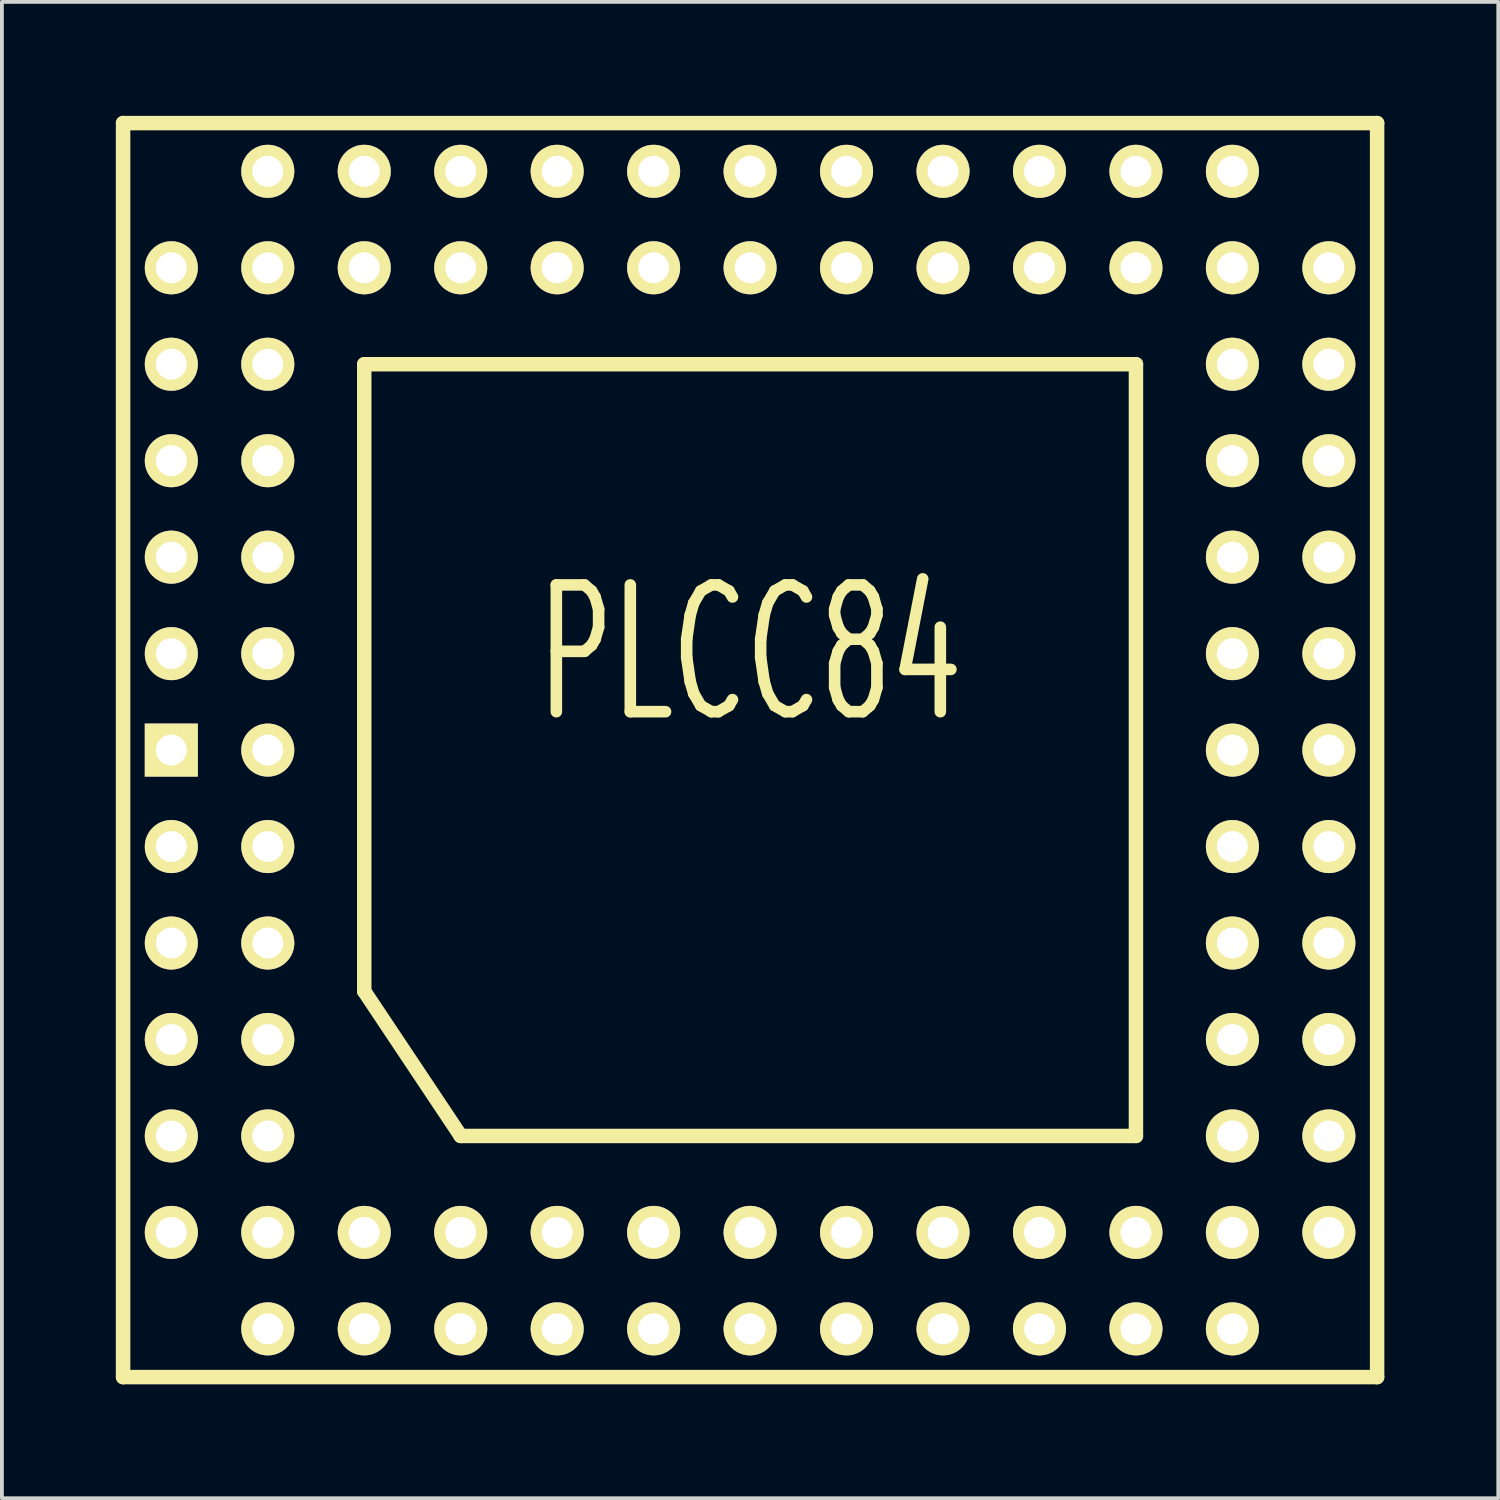
<source format=kicad_pcb>
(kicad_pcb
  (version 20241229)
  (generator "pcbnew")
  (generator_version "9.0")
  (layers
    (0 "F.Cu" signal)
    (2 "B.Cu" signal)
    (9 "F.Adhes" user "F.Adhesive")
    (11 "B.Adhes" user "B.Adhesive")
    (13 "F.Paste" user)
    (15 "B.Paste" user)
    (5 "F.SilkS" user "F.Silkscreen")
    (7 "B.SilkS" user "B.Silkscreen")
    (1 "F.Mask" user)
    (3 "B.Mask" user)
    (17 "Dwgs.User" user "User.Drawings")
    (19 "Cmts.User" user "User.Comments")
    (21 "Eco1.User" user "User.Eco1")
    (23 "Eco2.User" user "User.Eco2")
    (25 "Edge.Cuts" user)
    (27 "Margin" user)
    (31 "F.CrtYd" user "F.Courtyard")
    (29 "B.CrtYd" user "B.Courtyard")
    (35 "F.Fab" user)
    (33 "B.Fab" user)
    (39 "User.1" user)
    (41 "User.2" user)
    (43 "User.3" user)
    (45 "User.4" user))
  (footprint "PLCC84"
    (layer "F.Cu")
    (at 16.701 16.701)
    (property "Reference" "PLCC84" (at 0 -2.54 0) (layer "F.SilkS") (effects (font (size 3.338 1.948) (thickness 0.305))))
    (attr through_hole)
    (fp_line (start -16.51 -16.51) (end -16.51 16.51) (stroke (width 0.381) (type solid)) (layer "F.SilkS"))
    (fp_line (start -16.51 16.51) (end 16.51 16.51) (stroke (width 0.381) (type solid)) (layer "F.SilkS"))
    (fp_line (start -10.16 -10.16) (end -10.16 6.35) (stroke (width 0.381) (type solid)) (layer "F.SilkS"))
    (fp_line (start -10.16 6.35) (end -7.62 10.16) (stroke (width 0.381) (type solid)) (layer "F.SilkS"))
    (fp_line (start -7.62 10.16) (end 10.16 10.16) (stroke (width 0.381) (type solid)) (layer "F.SilkS"))
    (fp_line (start 10.16 -10.16) (end -10.16 -10.16) (stroke (width 0.381) (type solid)) (layer "F.SilkS"))
    (fp_line (start 10.16 10.16) (end 10.16 -10.16) (stroke (width 0.381) (type solid)) (layer "F.SilkS"))
    (fp_line (start 16.51 -16.51) (end -16.51 -16.51) (stroke (width 0.381) (type solid)) (layer "F.SilkS"))
    (fp_line (start 16.51 16.51) (end 16.51 -16.51) (stroke (width 0.381) (type solid)) (layer "F.SilkS"))
    (pad "1" thru_hole rect (at -15.24 0) (size 1.397 1.397) (drill 0.813) (layers "*.Cu" "*.Mask" "F.SilkS"))
    (pad "2" thru_hole circle (at -12.7 0) (size 1.397 1.397) (drill 0.813) (layers "*.Cu" "*.Mask" "F.SilkS"))
    (pad "3" thru_hole circle (at -15.24 2.54) (size 1.397 1.397) (drill 0.813) (layers "*.Cu" "*.Mask" "F.SilkS"))
    (pad "4" thru_hole circle (at -12.7 2.54) (size 1.397 1.397) (drill 0.813) (layers "*.Cu" "*.Mask" "F.SilkS"))
    (pad "5" thru_hole circle (at -15.24 5.08) (size 1.397 1.397) (drill 0.813) (layers "*.Cu" "*.Mask" "F.SilkS"))
    (pad "6" thru_hole circle (at -12.7 5.08) (size 1.397 1.397) (drill 0.813) (layers "*.Cu" "*.Mask" "F.SilkS"))
    (pad "7" thru_hole circle (at -15.24 7.62) (size 1.397 1.397) (drill 0.813) (layers "*.Cu" "*.Mask" "F.SilkS"))
    (pad "8" thru_hole circle (at -12.7 7.62) (size 1.397 1.397) (drill 0.813) (layers "*.Cu" "*.Mask" "F.SilkS"))
    (pad "9" thru_hole circle (at -15.24 10.16) (size 1.397 1.397) (drill 0.813) (layers "*.Cu" "*.Mask" "F.SilkS"))
    (pad "10" thru_hole circle (at -12.7 10.16) (size 1.397 1.397) (drill 0.813) (layers "*.Cu" "*.Mask" "F.SilkS"))
    (pad "11" thru_hole circle (at -15.24 12.7) (size 1.397 1.397) (drill 0.813) (layers "*.Cu" "*.Mask" "F.SilkS"))
    (pad "12" thru_hole circle (at -12.7 15.24) (size 1.397 1.397) (drill 0.813) (layers "*.Cu" "*.Mask" "F.SilkS"))
    (pad "13" thru_hole circle (at -12.7 12.7) (size 1.397 1.397) (drill 0.813) (layers "*.Cu" "*.Mask" "F.SilkS"))
    (pad "14" thru_hole circle (at -10.16 15.24) (size 1.397 1.397) (drill 0.813) (layers "*.Cu" "*.Mask" "F.SilkS"))
    (pad "15" thru_hole circle (at -10.16 12.7) (size 1.397 1.397) (drill 0.813) (layers "*.Cu" "*.Mask" "F.SilkS"))
    (pad "16" thru_hole circle (at -7.62 15.24) (size 1.397 1.397) (drill 0.813) (layers "*.Cu" "*.Mask" "F.SilkS"))
    (pad "17" thru_hole circle (at -7.62 12.7) (size 1.397 1.397) (drill 0.813) (layers "*.Cu" "*.Mask" "F.SilkS"))
    (pad "18" thru_hole circle (at -5.08 15.24) (size 1.397 1.397) (drill 0.813) (layers "*.Cu" "*.Mask" "F.SilkS"))
    (pad "19" thru_hole circle (at -5.08 12.7) (size 1.397 1.397) (drill 0.813) (layers "*.Cu" "*.Mask" "F.SilkS"))
    (pad "20" thru_hole circle (at -2.54 15.24) (size 1.397 1.397) (drill 0.813) (layers "*.Cu" "*.Mask" "F.SilkS"))
    (pad "21" thru_hole circle (at -2.54 12.7) (size 1.397 1.397) (drill 0.813) (layers "*.Cu" "*.Mask" "F.SilkS"))
    (pad "22" thru_hole circle (at 0 15.24) (size 1.397 1.397) (drill 0.813) (layers "*.Cu" "*.Mask" "F.SilkS"))
    (pad "23" thru_hole circle (at 0 12.7) (size 1.397 1.397) (drill 0.813) (layers "*.Cu" "*.Mask" "F.SilkS"))
    (pad "24" thru_hole circle (at 2.54 15.24) (size 1.397 1.397) (drill 0.813) (layers "*.Cu" "*.Mask" "F.SilkS"))
    (pad "25" thru_hole circle (at 2.54 12.7) (size 1.397 1.397) (drill 0.813) (layers "*.Cu" "*.Mask" "F.SilkS"))
    (pad "26" thru_hole circle (at 5.08 15.24) (size 1.397 1.397) (drill 0.813) (layers "*.Cu" "*.Mask" "F.SilkS"))
    (pad "27" thru_hole circle (at 5.08 12.7) (size 1.397 1.397) (drill 0.813) (layers "*.Cu" "*.Mask" "F.SilkS"))
    (pad "28" thru_hole circle (at 7.62 15.24) (size 1.397 1.397) (drill 0.813) (layers "*.Cu" "*.Mask" "F.SilkS"))
    (pad "29" thru_hole circle (at 7.62 12.7) (size 1.397 1.397) (drill 0.813) (layers "*.Cu" "*.Mask" "F.SilkS"))
    (pad "30" thru_hole circle (at 10.16 15.24) (size 1.397 1.397) (drill 0.813) (layers "*.Cu" "*.Mask" "F.SilkS"))
    (pad "31" thru_hole circle (at 10.16 12.7) (size 1.397 1.397) (drill 0.813) (layers "*.Cu" "*.Mask" "F.SilkS"))
    (pad "32" thru_hole circle (at 12.7 15.24) (size 1.397 1.397) (drill 0.813) (layers "*.Cu" "*.Mask" "F.SilkS"))
    (pad "33" thru_hole circle (at 15.24 12.7) (size 1.397 1.397) (drill 0.813) (layers "*.Cu" "*.Mask" "F.SilkS"))
    (pad "34" thru_hole circle (at 12.7 12.7) (size 1.397 1.397) (drill 0.813) (layers "*.Cu" "*.Mask" "F.SilkS"))
    (pad "35" thru_hole circle (at 15.24 10.16) (size 1.397 1.397) (drill 0.813) (layers "*.Cu" "*.Mask" "F.SilkS"))
    (pad "36" thru_hole circle (at 12.7 10.16) (size 1.397 1.397) (drill 0.813) (layers "*.Cu" "*.Mask" "F.SilkS"))
    (pad "37" thru_hole circle (at 15.24 7.62) (size 1.397 1.397) (drill 0.813) (layers "*.Cu" "*.Mask" "F.SilkS"))
    (pad "38" thru_hole circle (at 12.7 7.62) (size 1.397 1.397) (drill 0.813) (layers "*.Cu" "*.Mask" "F.SilkS"))
    (pad "39" thru_hole circle (at 15.24 5.08) (size 1.397 1.397) (drill 0.813) (layers "*.Cu" "*.Mask" "F.SilkS"))
    (pad "40" thru_hole circle (at 12.7 5.08) (size 1.397 1.397) (drill 0.813) (layers "*.Cu" "*.Mask" "F.SilkS"))
    (pad "41" thru_hole circle (at 15.24 2.54) (size 1.397 1.397) (drill 0.813) (layers "*.Cu" "*.Mask" "F.SilkS"))
    (pad "42" thru_hole circle (at 12.7 2.54) (size 1.397 1.397) (drill 0.813) (layers "*.Cu" "*.Mask" "F.SilkS"))
    (pad "43" thru_hole circle (at 15.24 0) (size 1.397 1.397) (drill 0.813) (layers "*.Cu" "*.Mask" "F.SilkS"))
    (pad "44" thru_hole circle (at 12.7 0) (size 1.397 1.397) (drill 0.813) (layers "*.Cu" "*.Mask" "F.SilkS"))
    (pad "45" thru_hole circle (at 15.24 -2.54) (size 1.397 1.397) (drill 0.813) (layers "*.Cu" "*.Mask" "F.SilkS"))
    (pad "46" thru_hole circle (at 12.7 -2.54) (size 1.397 1.397) (drill 0.813) (layers "*.Cu" "*.Mask" "F.SilkS"))
    (pad "47" thru_hole circle (at 15.24 -5.08) (size 1.397 1.397) (drill 0.813) (layers "*.Cu" "*.Mask" "F.SilkS"))
    (pad "48" thru_hole circle (at 12.7 -5.08) (size 1.397 1.397) (drill 0.813) (layers "*.Cu" "*.Mask" "F.SilkS"))
    (pad "49" thru_hole circle (at 15.24 -7.62) (size 1.397 1.397) (drill 0.813) (layers "*.Cu" "*.Mask" "F.SilkS"))
    (pad "50" thru_hole circle (at 12.7 -7.62) (size 1.397 1.397) (drill 0.813) (layers "*.Cu" "*.Mask" "F.SilkS"))
    (pad "51" thru_hole circle (at 15.24 -10.16) (size 1.397 1.397) (drill 0.813) (layers "*.Cu" "*.Mask" "F.SilkS"))
    (pad "52" thru_hole circle (at 12.7 -10.16) (size 1.397 1.397) (drill 0.813) (layers "*.Cu" "*.Mask" "F.SilkS"))
    (pad "53" thru_hole circle (at 15.24 -12.7) (size 1.397 1.397) (drill 0.813) (layers "*.Cu" "*.Mask" "F.SilkS"))
    (pad "54" thru_hole circle (at 12.7 -15.24) (size 1.397 1.397) (drill 0.813) (layers "*.Cu" "*.Mask" "F.SilkS"))
    (pad "55" thru_hole circle (at 12.7 -12.7) (size 1.397 1.397) (drill 0.813) (layers "*.Cu" "*.Mask" "F.SilkS"))
    (pad "56" thru_hole circle (at 10.16 -15.24) (size 1.397 1.397) (drill 0.813) (layers "*.Cu" "*.Mask" "F.SilkS"))
    (pad "57" thru_hole circle (at 10.16 -12.7) (size 1.397 1.397) (drill 0.813) (layers "*.Cu" "*.Mask" "F.SilkS"))
    (pad "58" thru_hole circle (at 7.62 -15.24) (size 1.397 1.397) (drill 0.813) (layers "*.Cu" "*.Mask" "F.SilkS"))
    (pad "59" thru_hole circle (at 7.62 -12.7) (size 1.397 1.397) (drill 0.813) (layers "*.Cu" "*.Mask" "F.SilkS"))
    (pad "60" thru_hole circle (at 5.08 -15.24) (size 1.397 1.397) (drill 0.813) (layers "*.Cu" "*.Mask" "F.SilkS"))
    (pad "61" thru_hole circle (at 5.08 -12.7) (size 1.397 1.397) (drill 0.813) (layers "*.Cu" "*.Mask" "F.SilkS"))
    (pad "62" thru_hole circle (at 2.54 -15.24) (size 1.397 1.397) (drill 0.813) (layers "*.Cu" "*.Mask" "F.SilkS"))
    (pad "63" thru_hole circle (at 2.54 -12.7) (size 1.397 1.397) (drill 0.813) (layers "*.Cu" "*.Mask" "F.SilkS"))
    (pad "64" thru_hole circle (at 0 -15.24) (size 1.397 1.397) (drill 0.813) (layers "*.Cu" "*.Mask" "F.SilkS"))
    (pad "65" thru_hole circle (at 0 -12.7) (size 1.397 1.397) (drill 0.813) (layers "*.Cu" "*.Mask" "F.SilkS"))
    (pad "66" thru_hole circle (at -2.54 -15.24) (size 1.397 1.397) (drill 0.813) (layers "*.Cu" "*.Mask" "F.SilkS"))
    (pad "67" thru_hole circle (at -2.54 -12.7) (size 1.397 1.397) (drill 0.813) (layers "*.Cu" "*.Mask" "F.SilkS"))
    (pad "68" thru_hole circle (at -5.08 -15.24) (size 1.397 1.397) (drill 0.813) (layers "*.Cu" "*.Mask" "F.SilkS"))
    (pad "69" thru_hole circle (at -5.08 -12.7) (size 1.397 1.397) (drill 0.813) (layers "*.Cu" "*.Mask" "F.SilkS"))
    (pad "70" thru_hole circle (at -7.62 -15.24) (size 1.397 1.397) (drill 0.813) (layers "*.Cu" "*.Mask" "F.SilkS"))
    (pad "71" thru_hole circle (at -7.62 -12.7) (size 1.397 1.397) (drill 0.813) (layers "*.Cu" "*.Mask" "F.SilkS"))
    (pad "72" thru_hole circle (at -10.16 -15.24) (size 1.397 1.397) (drill 0.813) (layers "*.Cu" "*.Mask" "F.SilkS"))
    (pad "73" thru_hole circle (at -10.16 -12.7) (size 1.397 1.397) (drill 0.813) (layers "*.Cu" "*.Mask" "F.SilkS"))
    (pad "74" thru_hole circle (at -12.7 -15.24) (size 1.397 1.397) (drill 0.813) (layers "*.Cu" "*.Mask" "F.SilkS"))
    (pad "75" thru_hole circle (at -15.24 -12.7) (size 1.397 1.397) (drill 0.813) (layers "*.Cu" "*.Mask" "F.SilkS"))
    (pad "76" thru_hole circle (at -12.7 -12.7) (size 1.397 1.397) (drill 0.813) (layers "*.Cu" "*.Mask" "F.SilkS"))
    (pad "77" thru_hole circle (at -15.24 -10.16) (size 1.397 1.397) (drill 0.813) (layers "*.Cu" "*.Mask" "F.SilkS"))
    (pad "78" thru_hole circle (at -12.7 -10.16) (size 1.397 1.397) (drill 0.813) (layers "*.Cu" "*.Mask" "F.SilkS"))
    (pad "79" thru_hole circle (at -15.24 -7.62) (size 1.397 1.397) (drill 0.813) (layers "*.Cu" "*.Mask" "F.SilkS"))
    (pad "80" thru_hole circle (at -12.7 -7.62) (size 1.397 1.397) (drill 0.813) (layers "*.Cu" "*.Mask" "F.SilkS"))
    (pad "81" thru_hole circle (at -15.24 -5.08) (size 1.397 1.397) (drill 0.813) (layers "*.Cu" "*.Mask" "F.SilkS"))
    (pad "82" thru_hole circle (at -12.7 -5.08) (size 1.397 1.397) (drill 0.813) (layers "*.Cu" "*.Mask" "F.SilkS"))
    (pad "83" thru_hole circle (at -15.24 -2.54) (size 1.397 1.397) (drill 0.813) (layers "*.Cu" "*.Mask" "F.SilkS"))
    (pad "84" thru_hole circle (at -12.7 -2.54) (size 1.397 1.397) (drill 0.813) (layers "*.Cu" "*.Mask" "F.SilkS")))
  (gr_rect
    (start -3 -3)
    (end 36.401 36.401)
    (stroke (width 0.1) (type default))
    (fill no)
    (layer "Edge.Cuts")))
</source>
